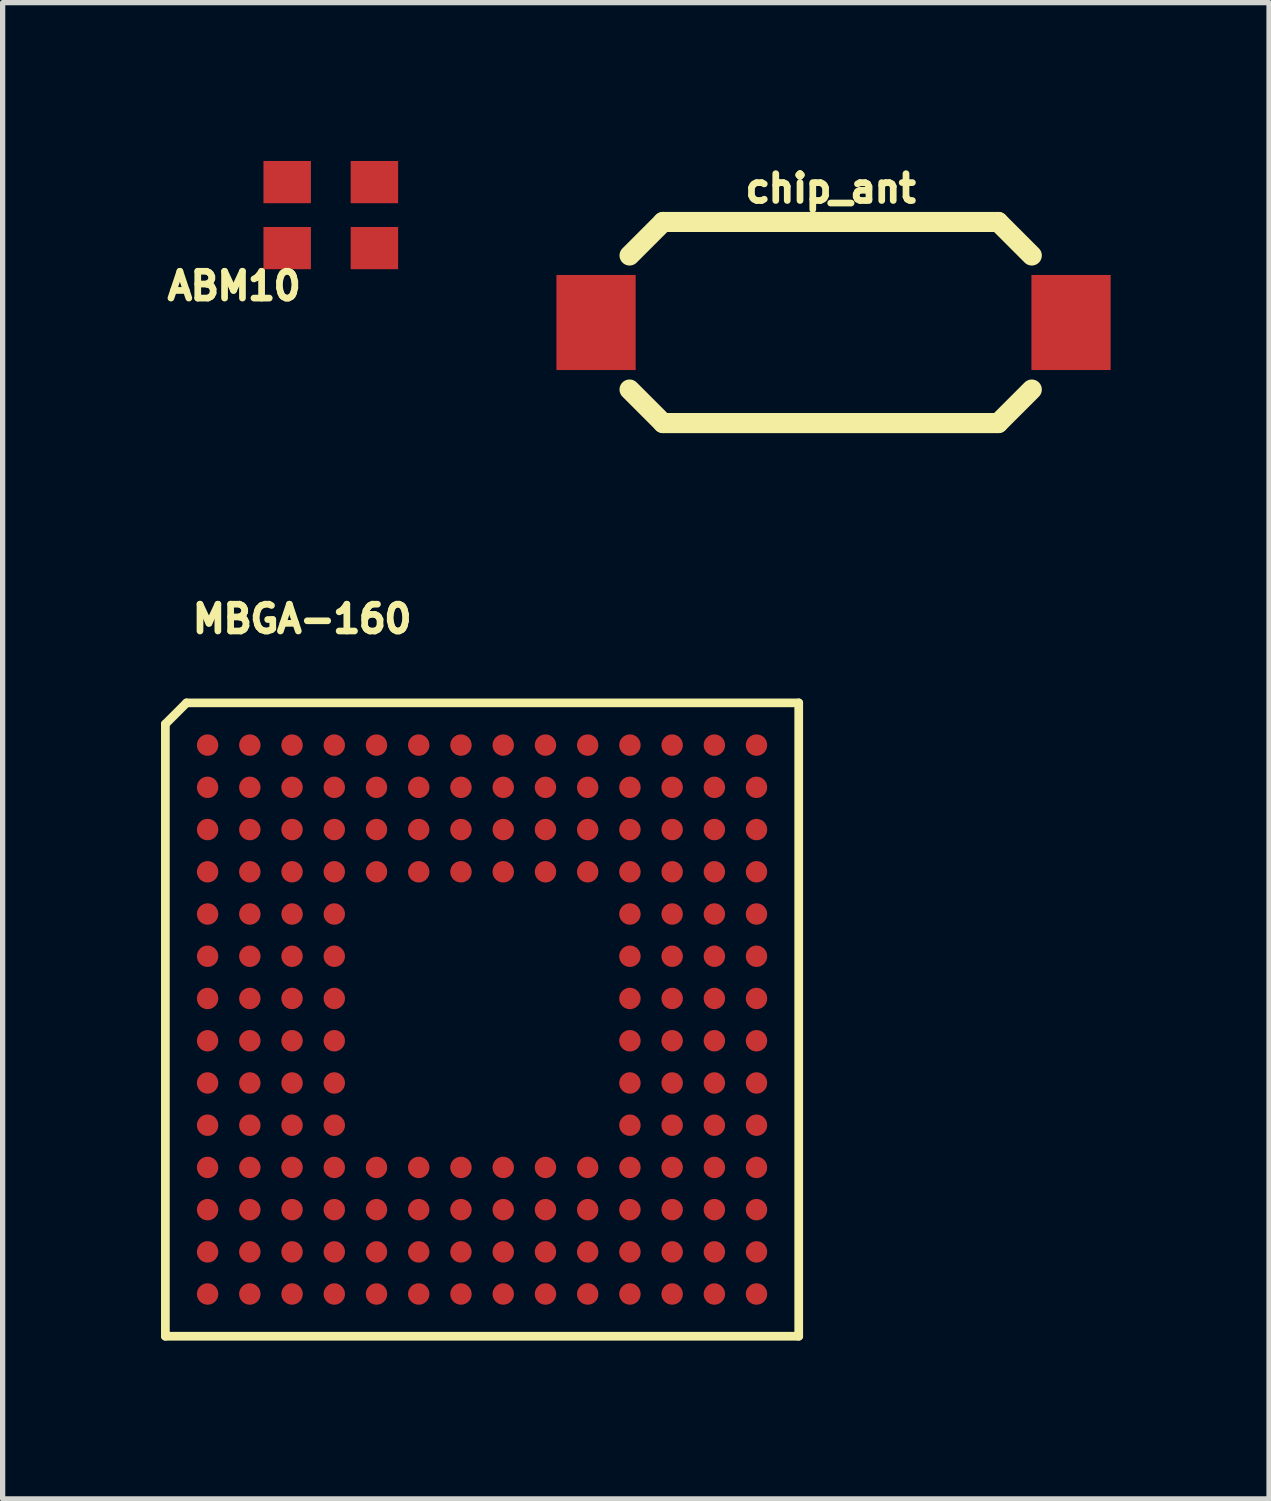
<source format=kicad_pcb>
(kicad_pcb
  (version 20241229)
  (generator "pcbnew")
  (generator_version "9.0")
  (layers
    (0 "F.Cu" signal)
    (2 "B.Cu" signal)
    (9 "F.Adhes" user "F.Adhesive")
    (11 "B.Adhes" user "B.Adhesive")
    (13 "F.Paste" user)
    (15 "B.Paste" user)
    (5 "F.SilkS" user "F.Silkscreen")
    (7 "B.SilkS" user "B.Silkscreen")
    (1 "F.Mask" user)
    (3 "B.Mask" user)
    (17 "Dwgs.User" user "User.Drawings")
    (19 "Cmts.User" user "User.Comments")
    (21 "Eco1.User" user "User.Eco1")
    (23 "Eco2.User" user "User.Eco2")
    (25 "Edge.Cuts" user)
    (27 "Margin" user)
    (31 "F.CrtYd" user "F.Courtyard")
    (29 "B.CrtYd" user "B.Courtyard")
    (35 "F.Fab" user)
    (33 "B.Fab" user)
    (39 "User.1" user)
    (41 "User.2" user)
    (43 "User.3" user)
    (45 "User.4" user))
  (footprint "chip_ant"
    (layer "F.Cu")
    (at 8.242 3.06)
    (property "Reference" "chip_ant" (at 4.445 -2.54 0) (layer "F.SilkS") (effects (font (size 0.508 0.508) (thickness 0.127))))
    (attr through_hole)
    (fp_line (start 0.635 -1.27) (end 1.27 -1.905) (stroke (width 0.381) (type solid)) (layer "F.SilkS"))
    (fp_line (start 0.635 1.27) (end 1.27 1.905) (stroke (width 0.381) (type solid)) (layer "F.SilkS"))
    (fp_line (start 1.27 -1.905) (end 7.62 -1.905) (stroke (width 0.381) (type solid)) (layer "F.SilkS"))
    (fp_line (start 1.27 1.905) (end 7.62 1.905) (stroke (width 0.381) (type solid)) (layer "F.SilkS"))
    (fp_line (start 7.62 -1.905) (end 8.255 -1.27) (stroke (width 0.381) (type solid)) (layer "F.SilkS"))
    (fp_line (start 7.62 1.905) (end 8.255 1.27) (stroke (width 0.381) (type solid)) (layer "F.SilkS"))
    (pad "1" smd rect (at 0 0) (size 1.501 1.801) (layers "F.Cu" "F.Mask" "F.Paste"))
    (pad "2" smd rect (at 8.999 0) (size 1.501 1.801) (layers "F.Cu" "F.Mask" "F.Paste")))
  (footprint "ABM10"
    (layer "F.Cu")
    (at 3.217 1.025)
    (property "Reference" "ABM10" (at -1.831 1.344 0) (layer "F.SilkS") (effects (font (size 0.508 0.508) (thickness 0.127))))
    (attr through_hole)
    (pad "1" smd rect (at -0.826 0.625) (size 0.899 0.8) (layers "F.Cu" "F.Mask" "F.Paste"))
    (pad "2" smd rect (at 0.826 0.625) (size 0.899 0.8) (layers "F.Cu" "F.Mask" "F.Paste"))
    (pad "3" smd rect (at 0.826 -0.625) (size 0.899 0.8) (layers "F.Cu" "F.Mask" "F.Paste"))
    (pad "4" smd rect (at -0.826 -0.625) (size 0.899 0.8) (layers "F.Cu" "F.Mask" "F.Paste")))
  (footprint "MBGA-160"
    (layer "F.Cu")
    (at 6.067 16.25)
    (property "Reference" "MBGA-160" (at -3.393 -7.574 180) (layer "F.SilkS") (effects (font (size 0.508 0.508) (thickness 0.127))))
    (attr through_hole)
    (fp_line (start -5.984 -5.583) (end -5.583 -5.984) (stroke (width 0.165) (type solid)) (layer "F.SilkS"))
    (fp_line (start -5.984 6.015) (end -5.984 -5.583) (stroke (width 0.165) (type solid)) (layer "F.SilkS"))
    (fp_line (start -5.583 -5.984) (end 6.015 -5.984) (stroke (width 0.165) (type solid)) (layer "F.SilkS"))
    (fp_line (start 6.015 -5.984) (end 6.015 6.015) (stroke (width 0.165) (type solid)) (layer "F.SilkS"))
    (fp_line (start 6.015 6.015) (end -5.984 6.015) (stroke (width 0.165) (type solid)) (layer "F.SilkS"))
    (pad "A1" smd circle (at -5.184 -5.184) (size 0.406 0.406) (layers "F.Cu" "F.Mask" "F.Paste"))
    (pad "A2" smd circle (at -4.384 -5.184) (size 0.406 0.406) (layers "F.Cu" "F.Mask" "F.Paste"))
    (pad "A3" smd circle (at -3.584 -5.184) (size 0.406 0.406) (layers "F.Cu" "F.Mask" "F.Paste"))
    (pad "A4" smd circle (at -2.784 -5.184) (size 0.406 0.406) (layers "F.Cu" "F.Mask" "F.Paste"))
    (pad "A5" smd circle (at -1.984 -5.184) (size 0.406 0.406) (layers "F.Cu" "F.Mask" "F.Paste"))
    (pad "A6" smd circle (at -1.184 -5.184) (size 0.406 0.406) (layers "F.Cu" "F.Mask" "F.Paste"))
    (pad "A7" smd circle (at -0.384 -5.184) (size 0.406 0.406) (layers "F.Cu" "F.Mask" "F.Paste"))
    (pad "A8" smd circle (at 0.417 -5.184) (size 0.406 0.406) (layers "F.Cu" "F.Mask" "F.Paste"))
    (pad "A9" smd circle (at 1.217 -5.184) (size 0.406 0.406) (layers "F.Cu" "F.Mask" "F.Paste"))
    (pad "A10" smd circle (at 2.017 -5.184) (size 0.406 0.406) (layers "F.Cu" "F.Mask" "F.Paste"))
    (pad "A11" smd circle (at 2.817 -5.184) (size 0.406 0.406) (layers "F.Cu" "F.Mask" "F.Paste"))
    (pad "A12" smd circle (at 3.617 -5.184) (size 0.406 0.406) (layers "F.Cu" "F.Mask" "F.Paste"))
    (pad "A13" smd circle (at 4.417 -5.184) (size 0.406 0.406) (layers "F.Cu" "F.Mask" "F.Paste"))
    (pad "A14" smd circle (at 5.215 -5.184) (size 0.406 0.406) (layers "F.Cu" "F.Mask" "F.Paste"))
    (pad "B1" smd circle (at -5.184 -4.384) (size 0.406 0.406) (layers "F.Cu" "F.Mask" "F.Paste"))
    (pad "B2" smd circle (at -4.384 -4.384) (size 0.406 0.406) (layers "F.Cu" "F.Mask" "F.Paste"))
    (pad "B3" smd circle (at -3.584 -4.384) (size 0.406 0.406) (layers "F.Cu" "F.Mask" "F.Paste"))
    (pad "B4" smd circle (at -2.784 -4.384) (size 0.406 0.406) (layers "F.Cu" "F.Mask" "F.Paste"))
    (pad "B5" smd circle (at -1.984 -4.384) (size 0.406 0.406) (layers "F.Cu" "F.Mask" "F.Paste"))
    (pad "B6" smd circle (at -1.184 -4.384) (size 0.406 0.406) (layers "F.Cu" "F.Mask" "F.Paste"))
    (pad "B7" smd circle (at -0.384 -4.384) (size 0.406 0.406) (layers "F.Cu" "F.Mask" "F.Paste"))
    (pad "B8" smd circle (at 0.417 -4.384) (size 0.406 0.406) (layers "F.Cu" "F.Mask" "F.Paste"))
    (pad "B9" smd circle (at 1.217 -4.384) (size 0.406 0.406) (layers "F.Cu" "F.Mask" "F.Paste"))
    (pad "B10" smd circle (at 2.017 -4.384) (size 0.406 0.406) (layers "F.Cu" "F.Mask" "F.Paste"))
    (pad "B11" smd circle (at 2.817 -4.384) (size 0.406 0.406) (layers "F.Cu" "F.Mask" "F.Paste"))
    (pad "B12" smd circle (at 3.617 -4.384) (size 0.406 0.406) (layers "F.Cu" "F.Mask" "F.Paste"))
    (pad "B13" smd circle (at 4.417 -4.384) (size 0.406 0.406) (layers "F.Cu" "F.Mask" "F.Paste"))
    (pad "B14" smd circle (at 5.215 -4.384) (size 0.406 0.406) (layers "F.Cu" "F.Mask" "F.Paste"))
    (pad "C1" smd circle (at -5.184 -3.584) (size 0.406 0.406) (layers "F.Cu" "F.Mask" "F.Paste"))
    (pad "C2" smd circle (at -4.384 -3.584) (size 0.406 0.406) (layers "F.Cu" "F.Mask" "F.Paste"))
    (pad "C3" smd circle (at -3.584 -3.584) (size 0.406 0.406) (layers "F.Cu" "F.Mask" "F.Paste"))
    (pad "C4" smd circle (at -2.784 -3.584) (size 0.406 0.406) (layers "F.Cu" "F.Mask" "F.Paste"))
    (pad "C5" smd circle (at -1.984 -3.584) (size 0.406 0.406) (layers "F.Cu" "F.Mask" "F.Paste"))
    (pad "C6" smd circle (at -1.184 -3.584) (size 0.406 0.406) (layers "F.Cu" "F.Mask" "F.Paste"))
    (pad "C7" smd circle (at -0.384 -3.584) (size 0.406 0.406) (layers "F.Cu" "F.Mask" "F.Paste"))
    (pad "C8" smd circle (at 0.417 -3.584) (size 0.406 0.406) (layers "F.Cu" "F.Mask" "F.Paste"))
    (pad "C9" smd circle (at 1.217 -3.584) (size 0.406 0.406) (layers "F.Cu" "F.Mask" "F.Paste"))
    (pad "C10" smd circle (at 2.017 -3.584) (size 0.406 0.406) (layers "F.Cu" "F.Mask" "F.Paste"))
    (pad "C11" smd circle (at 2.817 -3.584) (size 0.406 0.406) (layers "F.Cu" "F.Mask" "F.Paste"))
    (pad "C12" smd circle (at 3.617 -3.584) (size 0.406 0.406) (layers "F.Cu" "F.Mask" "F.Paste"))
    (pad "C13" smd circle (at 4.417 -3.584) (size 0.406 0.406) (layers "F.Cu" "F.Mask" "F.Paste"))
    (pad "C14" smd circle (at 5.215 -3.584) (size 0.406 0.406) (layers "F.Cu" "F.Mask" "F.Paste"))
    (pad "D1" smd circle (at -5.184 -2.784) (size 0.406 0.406) (layers "F.Cu" "F.Mask" "F.Paste"))
    (pad "D2" smd circle (at -4.384 -2.784) (size 0.406 0.406) (layers "F.Cu" "F.Mask" "F.Paste"))
    (pad "D3" smd circle (at -3.584 -2.784) (size 0.406 0.406) (layers "F.Cu" "F.Mask" "F.Paste"))
    (pad "D4" smd circle (at -2.784 -2.784) (size 0.406 0.406) (layers "F.Cu" "F.Mask" "F.Paste"))
    (pad "D5" smd circle (at -1.984 -2.784) (size 0.406 0.406) (layers "F.Cu" "F.Mask" "F.Paste"))
    (pad "D6" smd circle (at -1.184 -2.784) (size 0.406 0.406) (layers "F.Cu" "F.Mask" "F.Paste"))
    (pad "D7" smd circle (at -0.384 -2.784) (size 0.406 0.406) (layers "F.Cu" "F.Mask" "F.Paste"))
    (pad "D8" smd circle (at 0.417 -2.784) (size 0.406 0.406) (layers "F.Cu" "F.Mask" "F.Paste"))
    (pad "D9" smd circle (at 1.217 -2.784) (size 0.406 0.406) (layers "F.Cu" "F.Mask" "F.Paste"))
    (pad "D10" smd circle (at 2.017 -2.784) (size 0.406 0.406) (layers "F.Cu" "F.Mask" "F.Paste"))
    (pad "D11" smd circle (at 2.817 -2.784) (size 0.406 0.406) (layers "F.Cu" "F.Mask" "F.Paste"))
    (pad "D12" smd circle (at 3.617 -2.784) (size 0.406 0.406) (layers "F.Cu" "F.Mask" "F.Paste"))
    (pad "D13" smd circle (at 4.417 -2.784) (size 0.406 0.406) (layers "F.Cu" "F.Mask" "F.Paste"))
    (pad "D14" smd circle (at 5.215 -2.784) (size 0.406 0.406) (layers "F.Cu" "F.Mask" "F.Paste"))
    (pad "E1" smd circle (at -5.184 -1.984) (size 0.406 0.406) (layers "F.Cu" "F.Mask" "F.Paste"))
    (pad "E2" smd circle (at -4.384 -1.984) (size 0.406 0.406) (layers "F.Cu" "F.Mask" "F.Paste"))
    (pad "E3" smd circle (at -3.584 -1.984) (size 0.406 0.406) (layers "F.Cu" "F.Mask" "F.Paste"))
    (pad "E4" smd circle (at -2.784 -1.984) (size 0.406 0.406) (layers "F.Cu" "F.Mask" "F.Paste"))
    (pad "E11" smd circle (at 2.817 -1.984) (size 0.406 0.406) (layers "F.Cu" "F.Mask" "F.Paste"))
    (pad "E12" smd circle (at 3.617 -1.984) (size 0.406 0.406) (layers "F.Cu" "F.Mask" "F.Paste"))
    (pad "E13" smd circle (at 4.417 -1.984) (size 0.406 0.406) (layers "F.Cu" "F.Mask" "F.Paste"))
    (pad "E14" smd circle (at 5.215 -1.984) (size 0.406 0.406) (layers "F.Cu" "F.Mask" "F.Paste"))
    (pad "F1" smd circle (at -5.184 -1.184) (size 0.406 0.406) (layers "F.Cu" "F.Mask" "F.Paste"))
    (pad "F2" smd circle (at -4.384 -1.184) (size 0.406 0.406) (layers "F.Cu" "F.Mask" "F.Paste"))
    (pad "F3" smd circle (at -3.584 -1.184) (size 0.406 0.406) (layers "F.Cu" "F.Mask" "F.Paste"))
    (pad "F4" smd circle (at -2.784 -1.184) (size 0.406 0.406) (layers "F.Cu" "F.Mask" "F.Paste"))
    (pad "F11" smd circle (at 2.817 -1.184) (size 0.406 0.406) (layers "F.Cu" "F.Mask" "F.Paste"))
    (pad "F12" smd circle (at 3.617 -1.184) (size 0.406 0.406) (layers "F.Cu" "F.Mask" "F.Paste"))
    (pad "F13" smd circle (at 4.417 -1.184) (size 0.406 0.406) (layers "F.Cu" "F.Mask" "F.Paste"))
    (pad "F14" smd circle (at 5.215 -1.184) (size 0.406 0.406) (layers "F.Cu" "F.Mask" "F.Paste"))
    (pad "G1" smd circle (at -5.184 -0.384) (size 0.406 0.406) (layers "F.Cu" "F.Mask" "F.Paste"))
    (pad "G2" smd circle (at -4.384 -0.384) (size 0.406 0.406) (layers "F.Cu" "F.Mask" "F.Paste"))
    (pad "G3" smd circle (at -3.584 -0.384) (size 0.406 0.406) (layers "F.Cu" "F.Mask" "F.Paste"))
    (pad "G4" smd circle (at -2.784 -0.384) (size 0.406 0.406) (layers "F.Cu" "F.Mask" "F.Paste"))
    (pad "G11" smd circle (at 2.817 -0.384) (size 0.406 0.406) (layers "F.Cu" "F.Mask" "F.Paste"))
    (pad "G12" smd circle (at 3.617 -0.384) (size 0.406 0.406) (layers "F.Cu" "F.Mask" "F.Paste"))
    (pad "G13" smd circle (at 4.417 -0.384) (size 0.406 0.406) (layers "F.Cu" "F.Mask" "F.Paste"))
    (pad "G14" smd circle (at 5.215 -0.384) (size 0.406 0.406) (layers "F.Cu" "F.Mask" "F.Paste"))
    (pad "H1" smd circle (at -5.184 0.417) (size 0.406 0.406) (layers "F.Cu" "F.Mask" "F.Paste"))
    (pad "H2" smd circle (at -4.384 0.417) (size 0.406 0.406) (layers "F.Cu" "F.Mask" "F.Paste"))
    (pad "H3" smd circle (at -3.584 0.417) (size 0.406 0.406) (layers "F.Cu" "F.Mask" "F.Paste"))
    (pad "H4" smd circle (at -2.784 0.417) (size 0.406 0.406) (layers "F.Cu" "F.Mask" "F.Paste"))
    (pad "H11" smd circle (at 2.817 0.417) (size 0.406 0.406) (layers "F.Cu" "F.Mask" "F.Paste"))
    (pad "H12" smd circle (at 3.617 0.417) (size 0.406 0.406) (layers "F.Cu" "F.Mask" "F.Paste"))
    (pad "H13" smd circle (at 4.417 0.417) (size 0.406 0.406) (layers "F.Cu" "F.Mask" "F.Paste"))
    (pad "H14" smd circle (at 5.215 0.417) (size 0.406 0.406) (layers "F.Cu" "F.Mask" "F.Paste"))
    (pad "J1" smd circle (at -5.184 1.217) (size 0.406 0.406) (layers "F.Cu" "F.Mask" "F.Paste"))
    (pad "J2" smd circle (at -4.384 1.217) (size 0.406 0.406) (layers "F.Cu" "F.Mask" "F.Paste"))
    (pad "J3" smd circle (at -3.584 1.217) (size 0.406 0.406) (layers "F.Cu" "F.Mask" "F.Paste"))
    (pad "J4" smd circle (at -2.784 1.217) (size 0.406 0.406) (layers "F.Cu" "F.Mask" "F.Paste"))
    (pad "J11" smd circle (at 2.817 1.217) (size 0.406 0.406) (layers "F.Cu" "F.Mask" "F.Paste"))
    (pad "J12" smd circle (at 3.617 1.217) (size 0.406 0.406) (layers "F.Cu" "F.Mask" "F.Paste"))
    (pad "J13" smd circle (at 4.417 1.217) (size 0.406 0.406) (layers "F.Cu" "F.Mask" "F.Paste"))
    (pad "J14" smd circle (at 5.215 1.217) (size 0.406 0.406) (layers "F.Cu" "F.Mask" "F.Paste"))
    (pad "K1" smd circle (at -5.184 2.017) (size 0.406 0.406) (layers "F.Cu" "F.Mask" "F.Paste"))
    (pad "K2" smd circle (at -4.384 2.017) (size 0.406 0.406) (layers "F.Cu" "F.Mask" "F.Paste"))
    (pad "K3" smd circle (at -3.584 2.017) (size 0.406 0.406) (layers "F.Cu" "F.Mask" "F.Paste"))
    (pad "K4" smd circle (at -2.784 2.017) (size 0.406 0.406) (layers "F.Cu" "F.Mask" "F.Paste"))
    (pad "K11" smd circle (at 2.817 2.017) (size 0.406 0.406) (layers "F.Cu" "F.Mask" "F.Paste"))
    (pad "K12" smd circle (at 3.617 2.017) (size 0.406 0.406) (layers "F.Cu" "F.Mask" "F.Paste"))
    (pad "K13" smd circle (at 4.417 2.017) (size 0.406 0.406) (layers "F.Cu" "F.Mask" "F.Paste"))
    (pad "K14" smd circle (at 5.215 2.017) (size 0.406 0.406) (layers "F.Cu" "F.Mask" "F.Paste"))
    (pad "L1" smd circle (at -5.184 2.817) (size 0.406 0.406) (layers "F.Cu" "F.Mask" "F.Paste"))
    (pad "L2" smd circle (at -4.384 2.817) (size 0.406 0.406) (layers "F.Cu" "F.Mask" "F.Paste"))
    (pad "L3" smd circle (at -3.584 2.817) (size 0.406 0.406) (layers "F.Cu" "F.Mask" "F.Paste"))
    (pad "L4" smd circle (at -2.784 2.817) (size 0.406 0.406) (layers "F.Cu" "F.Mask" "F.Paste"))
    (pad "L5" smd circle (at -1.984 2.817) (size 0.406 0.406) (layers "F.Cu" "F.Mask" "F.Paste"))
    (pad "L6" smd circle (at -1.184 2.817) (size 0.406 0.406) (layers "F.Cu" "F.Mask" "F.Paste"))
    (pad "L7" smd circle (at -0.384 2.817) (size 0.406 0.406) (layers "F.Cu" "F.Mask" "F.Paste"))
    (pad "L8" smd circle (at 0.417 2.817) (size 0.406 0.406) (layers "F.Cu" "F.Mask" "F.Paste"))
    (pad "L9" smd circle (at 1.217 2.817) (size 0.406 0.406) (layers "F.Cu" "F.Mask" "F.Paste"))
    (pad "L10" smd circle (at 2.017 2.817) (size 0.406 0.406) (layers "F.Cu" "F.Mask" "F.Paste"))
    (pad "L11" smd circle (at 2.817 2.817) (size 0.406 0.406) (layers "F.Cu" "F.Mask" "F.Paste"))
    (pad "L12" smd circle (at 3.617 2.817) (size 0.406 0.406) (layers "F.Cu" "F.Mask" "F.Paste"))
    (pad "L13" smd circle (at 4.417 2.817) (size 0.406 0.406) (layers "F.Cu" "F.Mask" "F.Paste"))
    (pad "L14" smd circle (at 5.215 2.817) (size 0.406 0.406) (layers "F.Cu" "F.Mask" "F.Paste"))
    (pad "M1" smd circle (at -5.184 3.617) (size 0.406 0.406) (layers "F.Cu" "F.Mask" "F.Paste"))
    (pad "M2" smd circle (at -4.384 3.617) (size 0.406 0.406) (layers "F.Cu" "F.Mask" "F.Paste"))
    (pad "M3" smd circle (at -3.584 3.617) (size 0.406 0.406) (layers "F.Cu" "F.Mask" "F.Paste"))
    (pad "M4" smd circle (at -2.784 3.617) (size 0.406 0.406) (layers "F.Cu" "F.Mask" "F.Paste"))
    (pad "M5" smd circle (at -1.984 3.617) (size 0.406 0.406) (layers "F.Cu" "F.Mask" "F.Paste"))
    (pad "M6" smd circle (at -1.184 3.617) (size 0.406 0.406) (layers "F.Cu" "F.Mask" "F.Paste"))
    (pad "M7" smd circle (at -0.384 3.617) (size 0.406 0.406) (layers "F.Cu" "F.Mask" "F.Paste"))
    (pad "M8" smd circle (at 0.417 3.617) (size 0.406 0.406) (layers "F.Cu" "F.Mask" "F.Paste"))
    (pad "M9" smd circle (at 1.217 3.617) (size 0.406 0.406) (layers "F.Cu" "F.Mask" "F.Paste"))
    (pad "M10" smd circle (at 2.017 3.617) (size 0.406 0.406) (layers "F.Cu" "F.Mask" "F.Paste"))
    (pad "M11" smd circle (at 2.817 3.617) (size 0.406 0.406) (layers "F.Cu" "F.Mask" "F.Paste"))
    (pad "M12" smd circle (at 3.617 3.617) (size 0.406 0.406) (layers "F.Cu" "F.Mask" "F.Paste"))
    (pad "M13" smd circle (at 4.417 3.617) (size 0.406 0.406) (layers "F.Cu" "F.Mask" "F.Paste"))
    (pad "M14" smd circle (at 5.215 3.617) (size 0.406 0.406) (layers "F.Cu" "F.Mask" "F.Paste"))
    (pad "N1" smd circle (at -5.184 4.417) (size 0.406 0.406) (layers "F.Cu" "F.Mask" "F.Paste"))
    (pad "N2" smd circle (at -4.384 4.417) (size 0.406 0.406) (layers "F.Cu" "F.Mask" "F.Paste"))
    (pad "N3" smd circle (at -3.584 4.417) (size 0.406 0.406) (layers "F.Cu" "F.Mask" "F.Paste"))
    (pad "N4" smd circle (at -2.784 4.417) (size 0.406 0.406) (layers "F.Cu" "F.Mask" "F.Paste"))
    (pad "N5" smd circle (at -1.984 4.417) (size 0.406 0.406) (layers "F.Cu" "F.Mask" "F.Paste"))
    (pad "N6" smd circle (at -1.184 4.417) (size 0.406 0.406) (layers "F.Cu" "F.Mask" "F.Paste"))
    (pad "N7" smd circle (at -0.384 4.417) (size 0.406 0.406) (layers "F.Cu" "F.Mask" "F.Paste"))
    (pad "N8" smd circle (at 0.417 4.417) (size 0.406 0.406) (layers "F.Cu" "F.Mask" "F.Paste"))
    (pad "N9" smd circle (at 1.217 4.417) (size 0.406 0.406) (layers "F.Cu" "F.Mask" "F.Paste"))
    (pad "N10" smd circle (at 2.017 4.417) (size 0.406 0.406) (layers "F.Cu" "F.Mask" "F.Paste"))
    (pad "N11" smd circle (at 2.817 4.417) (size 0.406 0.406) (layers "F.Cu" "F.Mask" "F.Paste"))
    (pad "N12" smd circle (at 3.617 4.417) (size 0.406 0.406) (layers "F.Cu" "F.Mask" "F.Paste"))
    (pad "N13" smd circle (at 4.417 4.417) (size 0.406 0.406) (layers "F.Cu" "F.Mask" "F.Paste"))
    (pad "N14" smd circle (at 5.215 4.417) (size 0.406 0.406) (layers "F.Cu" "F.Mask" "F.Paste"))
    (pad "P1" smd circle (at -5.184 5.215) (size 0.406 0.406) (layers "F.Cu" "F.Mask" "F.Paste"))
    (pad "P2" smd circle (at -4.384 5.215) (size 0.406 0.406) (layers "F.Cu" "F.Mask" "F.Paste"))
    (pad "P3" smd circle (at -3.584 5.215) (size 0.406 0.406) (layers "F.Cu" "F.Mask" "F.Paste"))
    (pad "P4" smd circle (at -2.784 5.215) (size 0.406 0.406) (layers "F.Cu" "F.Mask" "F.Paste"))
    (pad "P5" smd circle (at -1.984 5.215) (size 0.406 0.406) (layers "F.Cu" "F.Mask" "F.Paste"))
    (pad "P6" smd circle (at -1.184 5.215) (size 0.406 0.406) (layers "F.Cu" "F.Mask" "F.Paste"))
    (pad "P7" smd circle (at -0.384 5.215) (size 0.406 0.406) (layers "F.Cu" "F.Mask" "F.Paste"))
    (pad "P8" smd circle (at 0.417 5.215) (size 0.406 0.406) (layers "F.Cu" "F.Mask" "F.Paste"))
    (pad "P9" smd circle (at 1.217 5.215) (size 0.406 0.406) (layers "F.Cu" "F.Mask" "F.Paste"))
    (pad "P10" smd circle (at 2.017 5.215) (size 0.406 0.406) (layers "F.Cu" "F.Mask" "F.Paste"))
    (pad "P11" smd circle (at 2.817 5.215) (size 0.406 0.406) (layers "F.Cu" "F.Mask" "F.Paste"))
    (pad "P12" smd circle (at 3.617 5.215) (size 0.406 0.406) (layers "F.Cu" "F.Mask" "F.Paste"))
    (pad "P13" smd circle (at 4.417 5.215) (size 0.406 0.406) (layers "F.Cu" "F.Mask" "F.Paste"))
    (pad "P14" smd circle (at 5.215 5.215) (size 0.406 0.406) (layers "F.Cu" "F.Mask" "F.Paste")))
  (gr_rect
    (start -3 -3)
    (end 20.992 25.347)
    (stroke (width 0.1) (type default))
    (fill no)
    (layer "Edge.Cuts")))
</source>
